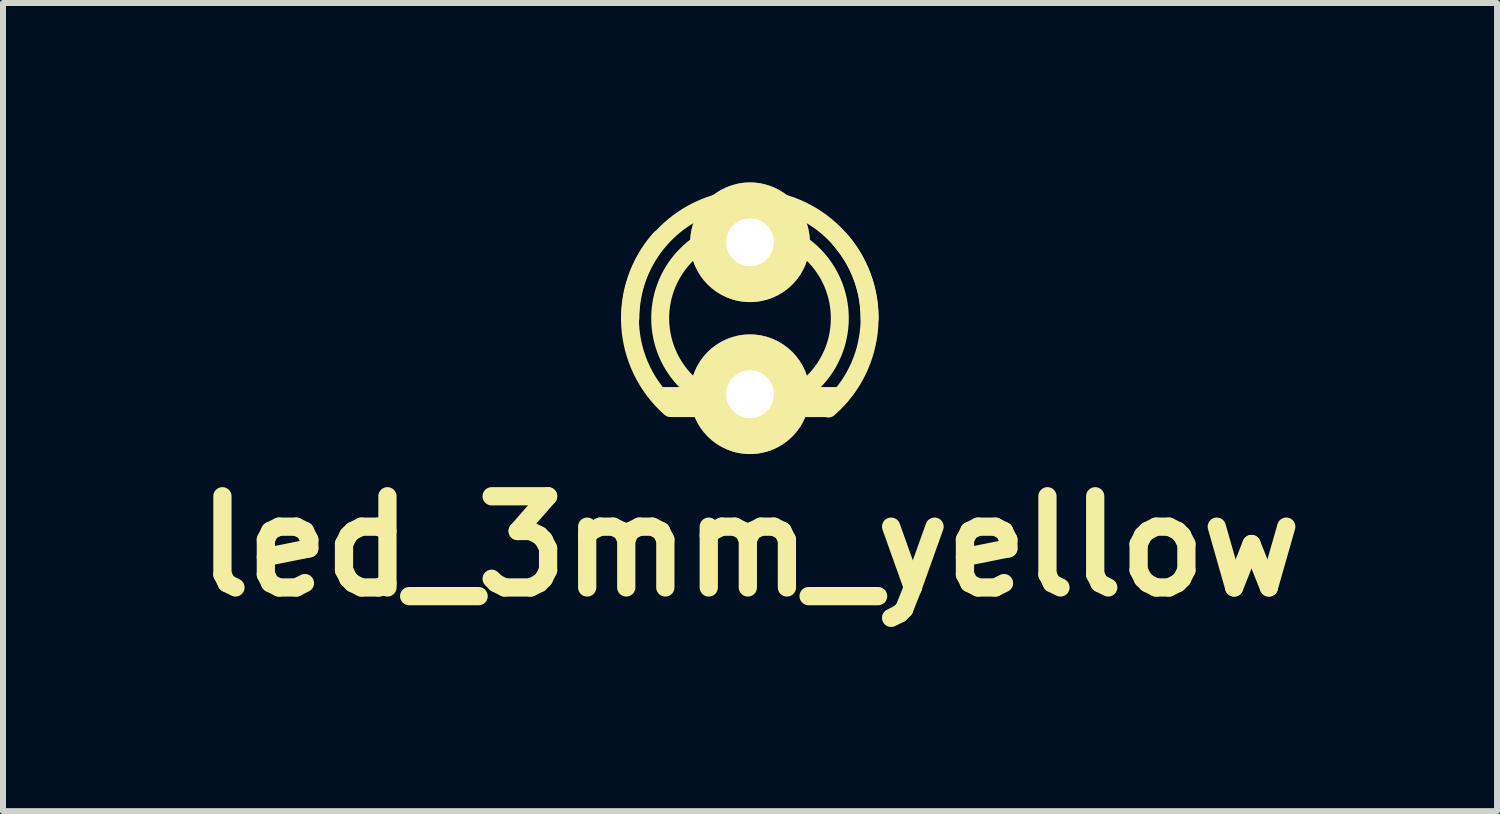
<source format=kicad_pcb>
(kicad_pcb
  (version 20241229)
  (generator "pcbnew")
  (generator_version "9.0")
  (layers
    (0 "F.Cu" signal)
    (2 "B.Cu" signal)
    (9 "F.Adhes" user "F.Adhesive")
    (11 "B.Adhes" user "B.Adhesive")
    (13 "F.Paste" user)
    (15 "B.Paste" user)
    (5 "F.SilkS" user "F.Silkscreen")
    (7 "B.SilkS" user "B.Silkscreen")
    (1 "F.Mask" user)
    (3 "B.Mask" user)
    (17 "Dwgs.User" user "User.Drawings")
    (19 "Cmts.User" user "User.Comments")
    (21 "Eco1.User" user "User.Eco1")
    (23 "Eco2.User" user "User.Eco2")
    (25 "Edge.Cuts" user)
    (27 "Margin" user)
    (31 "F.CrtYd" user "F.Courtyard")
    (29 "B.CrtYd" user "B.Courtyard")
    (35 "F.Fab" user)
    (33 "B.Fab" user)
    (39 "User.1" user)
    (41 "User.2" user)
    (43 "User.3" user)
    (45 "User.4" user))
  (footprint "led_3mm_yellow"
    (layer "F.Cu")
    (at 9.485 2.269)
    (property "Reference" "led_3mm_yellow" (at 0 3.81 0) (layer "F.SilkS") (effects (font (size 1.524 1.524) (thickness 0.305))))
    (attr through_hole)
    (fp_line (start -1.501 1.3) (end 1.501 1.3) (stroke (width 0.3) (type solid)) (layer "F.SilkS"))
    (fp_line (start -1.3 1.501) (end 1.3 1.501) (stroke (width 0.3) (type solid)) (layer "F.SilkS"))
    (fp_arc (start -1.99898 0) (mid -1.413492 -1.413492) (end 0 -1.99898) (stroke (width 0.29972) (type solid)) (layer "F.SilkS"))
    (fp_arc (start -1.33096 1.50114) (mid -2.002597 0.120335) (end -1.50114 -1.33096) (stroke (width 0.29972) (type solid)) (layer "F.SilkS"))
    (fp_arc (start 0 -1.99898) (mid 1.413492 -1.413492) (end 1.99898 0) (stroke (width 0.29972) (type solid)) (layer "F.SilkS"))
    (fp_arc (start 1.50876 -1.31064) (mid 1.993617 0.140092) (end 1.31064 1.50876) (stroke (width 0.29972) (type solid)) (layer "F.SilkS"))
    (fp_circle (center 0 0) (end -1.501 0) (stroke (width 0.3) (type solid)) (fill no) (layer "F.SilkS"))
    (pad "1" thru_hole circle (at 0 -1.27) (size 1.999 1.999) (drill 0.8) (layers "*.Cu" "*.Mask" "F.SilkS"))
    (pad "2" thru_hole circle (at 0 1.27) (size 1.999 1.999) (drill 0.8) (layers "*.Cu" "*.Mask" "F.SilkS")))
  (gr_rect
    (start -3 -3)
    (end 21.97 10.506)
    (stroke (width 0.1) (type default))
    (fill no)
    (layer "Edge.Cuts")))
</source>
